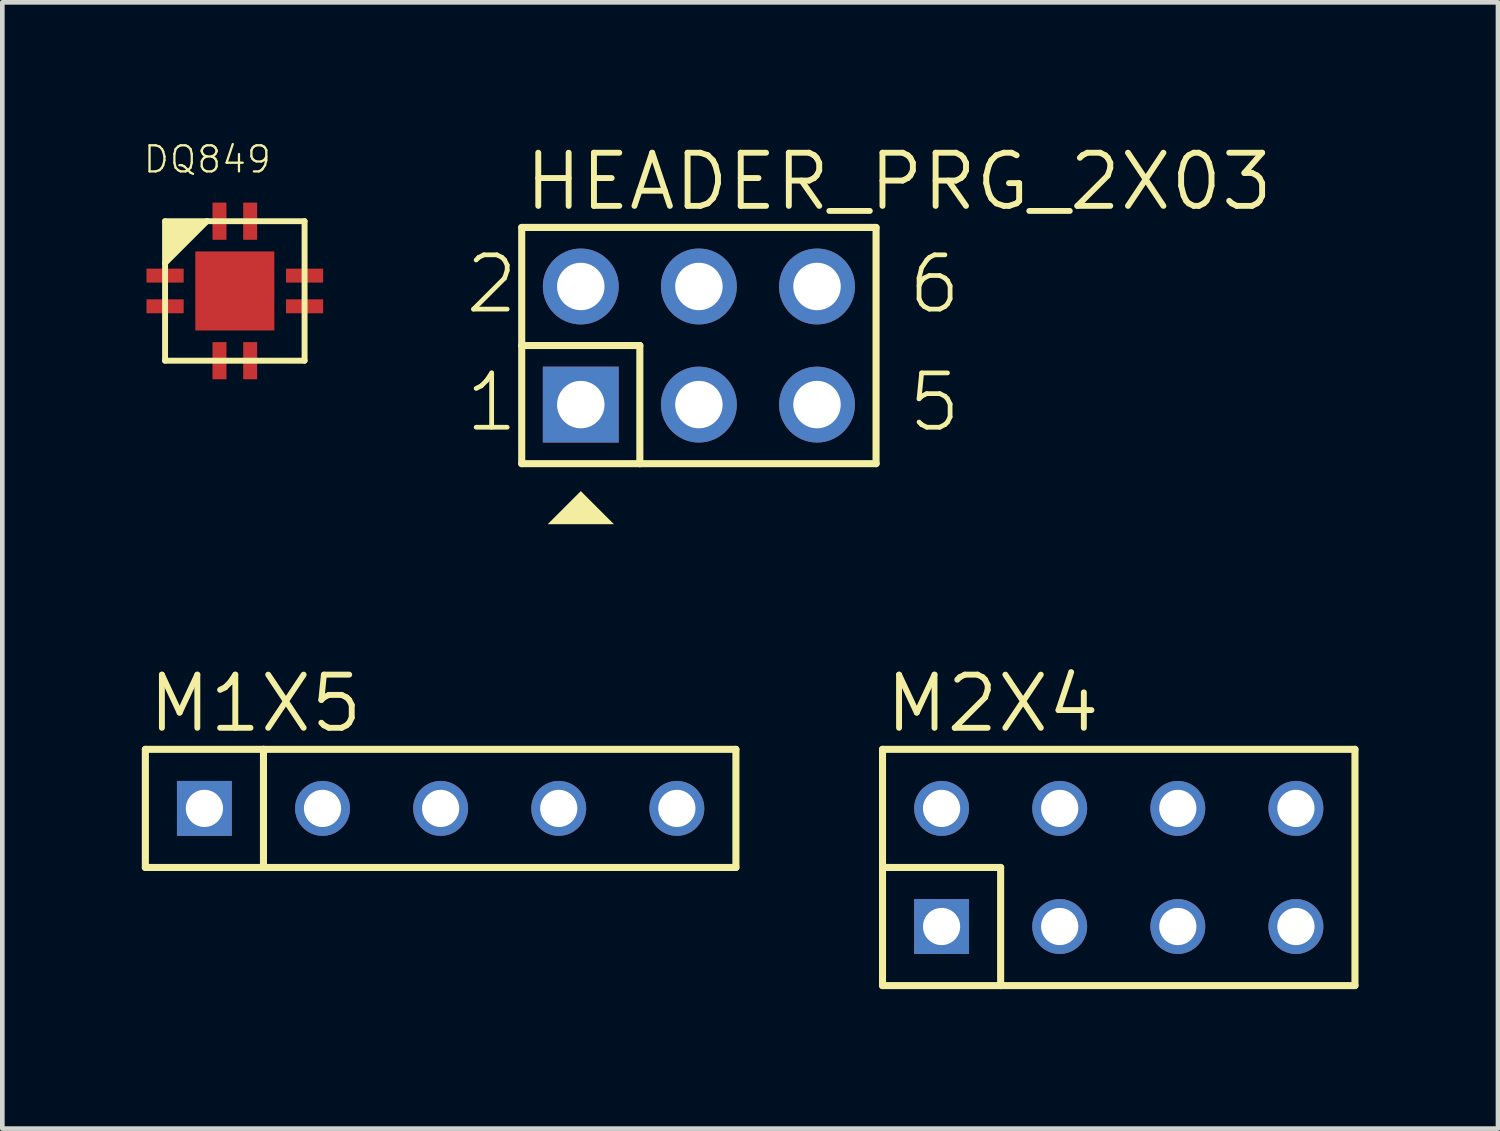
<source format=kicad_pcb>
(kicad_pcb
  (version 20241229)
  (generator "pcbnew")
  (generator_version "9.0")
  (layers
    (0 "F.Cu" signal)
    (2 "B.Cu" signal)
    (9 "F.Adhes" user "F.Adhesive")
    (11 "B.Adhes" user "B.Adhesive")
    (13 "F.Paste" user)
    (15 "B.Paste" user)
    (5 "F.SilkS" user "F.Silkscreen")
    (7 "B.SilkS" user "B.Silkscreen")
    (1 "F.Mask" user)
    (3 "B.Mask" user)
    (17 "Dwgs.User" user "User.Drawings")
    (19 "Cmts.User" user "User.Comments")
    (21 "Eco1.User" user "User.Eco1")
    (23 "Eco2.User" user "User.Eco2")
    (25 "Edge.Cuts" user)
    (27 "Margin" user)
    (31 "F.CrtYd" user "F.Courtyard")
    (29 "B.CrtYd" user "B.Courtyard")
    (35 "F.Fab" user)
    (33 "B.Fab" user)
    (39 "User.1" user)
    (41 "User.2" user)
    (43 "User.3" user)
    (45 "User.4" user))
  (footprint "M1X5"
    (layer "F.Cu")
    (at 6.426 14.335)
    (property "Reference" "M1X5" (at -6.35 -1.587 0) (layer "F.SilkS") (effects (font (size 1.143 1.143) (thickness 0.127)) (justify left bottom)))
    (fp_line (start -6.35 -1.27) (end -3.81 -1.27) (stroke (width 0.152) (type solid)) (layer "F.SilkS"))
    (fp_line (start -6.35 1.27) (end -6.35 -1.27) (stroke (width 0.152) (type solid)) (layer "F.SilkS"))
    (fp_line (start -3.81 -1.27) (end 6.35 -1.27) (stroke (width 0.152) (type solid)) (layer "F.SilkS"))
    (fp_line (start -3.81 1.27) (end -6.35 1.27) (stroke (width 0.152) (type solid)) (layer "F.SilkS"))
    (fp_line (start -3.81 1.27) (end -3.81 -1.27) (stroke (width 0.152) (type solid)) (layer "F.SilkS"))
    (fp_line (start 6.35 -1.27) (end 6.35 1.27) (stroke (width 0.152) (type solid)) (layer "F.SilkS"))
    (fp_line (start 6.35 1.27) (end -3.81 1.27) (stroke (width 0.152) (type solid)) (layer "F.SilkS"))
    (pad "1" thru_hole rect (at -5.08 0) (size 1.181 1.181) (drill 0.8) (layers "*.Cu" "*.Mask"))
    (pad "2" thru_hole circle (at -2.54 0) (size 1.181 1.181) (drill 0.8) (layers "*.Cu" "*.Mask"))
    (pad "3" thru_hole circle (at 0 0) (size 1.181 1.181) (drill 0.8) (layers "*.Cu" "*.Mask"))
    (pad "4" thru_hole circle (at 2.54 0) (size 1.181 1.181) (drill 0.8) (layers "*.Cu" "*.Mask"))
    (pad "5" thru_hole circle (at 5.08 0) (size 1.181 1.181) (drill 0.8) (layers "*.Cu" "*.Mask")))
  (footprint "HEADER_PRG_2X03"
    (layer "F.Cu")
    (at 11.98 4.381)
    (property "Reference" "HEADER_PRG_2X03" (at -3.81 -2.857 0) (layer "F.SilkS") (effects (font (size 1.143 1.143) (thickness 0.127)) (justify left bottom)))
    (fp_line (start -3.81 -2.54) (end 3.81 -2.54) (stroke (width 0.152) (type solid)) (layer "F.SilkS"))
    (fp_line (start -3.81 0) (end -3.81 -2.54) (stroke (width 0.152) (type solid)) (layer "F.SilkS"))
    (fp_line (start -3.81 0) (end -1.27 0) (stroke (width 0.152) (type solid)) (layer "F.SilkS"))
    (fp_line (start -3.81 2.54) (end -3.81 0) (stroke (width 0.152) (type solid)) (layer "F.SilkS"))
    (fp_line (start -1.27 2.54) (end -3.81 2.54) (stroke (width 0.152) (type solid)) (layer "F.SilkS"))
    (fp_line (start -1.27 2.54) (end -1.27 0) (stroke (width 0.152) (type solid)) (layer "F.SilkS"))
    (fp_line (start 3.81 -2.54) (end 3.81 2.54) (stroke (width 0.152) (type solid)) (layer "F.SilkS"))
    (fp_line (start 3.81 2.54) (end -1.27 2.54) (stroke (width 0.152) (type solid)) (layer "F.SilkS"))
    (fp_poly (pts (xy -1.828 3.842) (xy -3.252 3.842) (xy -2.54 3.13)) (stroke (width 0) (type default)) (fill yes) (layer "F.SilkS"))
    (fp_poly (pts (xy -2.794 -1.016) (xy -2.286 -1.016) (xy -2.286 -1.524) (xy -2.794 -1.524)) (stroke (width 0.1) (type default)) (fill no) (layer "Cmts.User"))
    (fp_poly (pts (xy -2.794 1.524) (xy -2.286 1.524) (xy -2.286 1.016) (xy -2.794 1.016)) (stroke (width 0.1) (type default)) (fill no) (layer "Cmts.User"))
    (fp_poly (pts (xy -0.254 -1.016) (xy 0.254 -1.016) (xy 0.254 -1.524) (xy -0.254 -1.524)) (stroke (width 0.1) (type default)) (fill no) (layer "Cmts.User"))
    (fp_poly (pts (xy -0.254 1.524) (xy 0.254 1.524) (xy 0.254 1.016) (xy -0.254 1.016)) (stroke (width 0.1) (type default)) (fill no) (layer "Cmts.User"))
    (fp_poly (pts (xy 2.286 -1.016) (xy 2.794 -1.016) (xy 2.794 -1.524) (xy 2.286 -1.524)) (stroke (width 0.1) (type default)) (fill no) (layer "Cmts.User"))
    (fp_poly (pts (xy 2.286 1.524) (xy 2.794 1.524) (xy 2.794 1.016) (xy 2.286 1.016)) (stroke (width 0.1) (type default)) (fill no) (layer "Cmts.User"))
    (fp_text user "2" (at -5.08 -0.635 0) (layer "F.SilkS") (effects (font (size 1.168 1.168) (thickness 0.102)) (justify left bottom)))
    (fp_text user "1" (at -5.08 1.905 0) (layer "F.SilkS") (effects (font (size 1.168 1.168) (thickness 0.102)) (justify left bottom)))
    (fp_text user "6" (at 4.445 -0.635 0) (layer "F.SilkS") (effects (font (size 1.168 1.168) (thickness 0.102)) (justify left bottom)))
    (fp_text user "5" (at 4.445 1.905 0) (layer "F.SilkS") (effects (font (size 1.168 1.168) (thickness 0.102)) (justify left bottom)))
    (pad "1" thru_hole rect (at -2.54 1.27) (size 1.632 1.632) (drill 1.02) (layers "*.Cu" "*.Mask"))
    (pad "2" thru_hole circle (at -2.54 -1.27) (size 1.632 1.632) (drill 1.02) (layers "*.Cu" "*.Mask"))
    (pad "3" thru_hole circle (at 0 1.27) (size 1.632 1.632) (drill 1.02) (layers "*.Cu" "*.Mask"))
    (pad "4" thru_hole circle (at 0 -1.27) (size 1.632 1.632) (drill 1.02) (layers "*.Cu" "*.Mask"))
    (pad "5" thru_hole circle (at 2.54 1.27) (size 1.632 1.632) (drill 1.02) (layers "*.Cu" "*.Mask"))
    (pad "6" thru_hole circle (at 2.54 -1.27) (size 1.632 1.632) (drill 1.02) (layers "*.Cu" "*.Mask")))
  (footprint "DQ849"
    (layer "F.Cu")
    (at 2 3.207)
    (property "Reference" "DQ849" (at -2 -2.5 0) (layer "F.SilkS") (effects (font (size 0.561 0.561) (thickness 0.049)) (justify left bottom)))
    (fp_line (start -1.5 -1.5) (end -0.6 -1.5) (stroke (width 0.127) (type solid)) (layer "F.SilkS"))
    (fp_line (start -1.5 -0.6) (end -1.5 -1.5) (stroke (width 0.127) (type solid)) (layer "F.SilkS"))
    (fp_line (start -1.5 -0.6) (end -0.6 -1.5) (stroke (width 0.127) (type solid)) (layer "F.SilkS"))
    (fp_line (start -1.5 1.5) (end -1.5 -0.6) (stroke (width 0.127) (type solid)) (layer "F.SilkS"))
    (fp_line (start -1.4 -1.3) (end -1.3 -1.4) (stroke (width 0.127) (type solid)) (layer "F.SilkS"))
    (fp_line (start -1.4 -1.2) (end -1.4 -1.3) (stroke (width 0.127) (type solid)) (layer "F.SilkS"))
    (fp_line (start -1.4 -1.1) (end -1.1 -1.4) (stroke (width 0.127) (type solid)) (layer "F.SilkS"))
    (fp_line (start -1.4 -1) (end -1.4 -1.1) (stroke (width 0.127) (type solid)) (layer "F.SilkS"))
    (fp_line (start -1.4 -0.9) (end -0.9 -1.4) (stroke (width 0.127) (type solid)) (layer "F.SilkS"))
    (fp_line (start -1.4 -0.8) (end -1.4 -0.9) (stroke (width 0.127) (type solid)) (layer "F.SilkS"))
    (fp_line (start -1.3 -1.4) (end -1.4 -1.4) (stroke (width 0.127) (type solid)) (layer "F.SilkS"))
    (fp_line (start -1.2 -1.4) (end -1.4 -1.2) (stroke (width 0.127) (type solid)) (layer "F.SilkS"))
    (fp_line (start -1.1 -1.4) (end -1.2 -1.4) (stroke (width 0.127) (type solid)) (layer "F.SilkS"))
    (fp_line (start -1 -1.4) (end -1.4 -1) (stroke (width 0.127) (type solid)) (layer "F.SilkS"))
    (fp_line (start -0.9 -1.4) (end -1 -1.4) (stroke (width 0.127) (type solid)) (layer "F.SilkS"))
    (fp_line (start -0.8 -1.4) (end -1.4 -0.8) (stroke (width 0.127) (type solid)) (layer "F.SilkS"))
    (fp_line (start -0.6 -1.5) (end -0.8 -1.4) (stroke (width 0.127) (type solid)) (layer "F.SilkS"))
    (fp_line (start -0.6 -1.5) (end 1.5 -1.5) (stroke (width 0.127) (type solid)) (layer "F.SilkS"))
    (fp_line (start 1.5 -1.5) (end 1.5 1.5) (stroke (width 0.127) (type solid)) (layer "F.SilkS"))
    (fp_line (start 1.5 1.5) (end -1.5 1.5) (stroke (width 0.127) (type solid)) (layer "F.SilkS"))
    (pad "1" smd rect (at -1.5 -0.33) (size 0.8 0.3) (layers "F.Cu" "F.Mask" "F.Paste"))
    (pad "2" smd rect (at -1.5 0.33) (size 0.8 0.3) (layers "F.Cu" "F.Mask" "F.Paste"))
    (pad "3" smd rect (at -0.33 1.5 90) (size 0.8 0.3) (layers "F.Cu" "F.Mask" "F.Paste"))
    (pad "4" smd rect (at 0.33 1.5 90) (size 0.8 0.3) (layers "F.Cu" "F.Mask" "F.Paste"))
    (pad "5" smd rect (at 1.5 0.33) (size 0.8 0.3) (layers "F.Cu" "F.Mask" "F.Paste"))
    (pad "6" smd rect (at 1.5 -0.33) (size 0.8 0.3) (layers "F.Cu" "F.Mask" "F.Paste"))
    (pad "7" smd rect (at 0.33 -1.5 90) (size 0.8 0.3) (layers "F.Cu" "F.Mask" "F.Paste"))
    (pad "8" smd rect (at -0.33 -1.5 90) (size 0.8 0.3) (layers "F.Cu" "F.Mask" "F.Paste"))
    (pad "PAD" smd rect (at 0 0) (size 1.7 1.7) (layers "F.Cu" "F.Mask" "F.Paste")))
  (footprint "M2X4"
    (layer "F.Cu")
    (at 21.009 15.605)
    (property "Reference" "M2X4" (at -5.08 -2.857 0) (layer "F.SilkS") (effects (font (size 1.143 1.143) (thickness 0.127)) (justify left bottom)))
    (fp_line (start -5.08 -2.54) (end 5.08 -2.54) (stroke (width 0.152) (type solid)) (layer "F.SilkS"))
    (fp_line (start -5.08 0) (end -5.08 -2.54) (stroke (width 0.152) (type solid)) (layer "F.SilkS"))
    (fp_line (start -5.08 0) (end -2.54 0) (stroke (width 0.152) (type solid)) (layer "F.SilkS"))
    (fp_line (start -5.08 2.54) (end -5.08 0) (stroke (width 0.152) (type solid)) (layer "F.SilkS"))
    (fp_line (start -5.08 2.54) (end -2.54 2.54) (stroke (width 0.152) (type solid)) (layer "F.SilkS"))
    (fp_line (start -2.54 0) (end -2.54 2.54) (stroke (width 0.152) (type solid)) (layer "F.SilkS"))
    (fp_line (start -2.54 2.54) (end 5.08 2.54) (stroke (width 0.152) (type solid)) (layer "F.SilkS"))
    (fp_line (start 5.08 -2.54) (end 5.08 2.54) (stroke (width 0.152) (type solid)) (layer "F.SilkS"))
    (pad "1" thru_hole rect (at -3.81 1.27) (size 1.181 1.181) (drill 0.8) (layers "*.Cu" "*.Mask"))
    (pad "2" thru_hole circle (at -3.81 -1.27) (size 1.181 1.181) (drill 0.8) (layers "*.Cu" "*.Mask"))
    (pad "3" thru_hole circle (at -1.27 1.27) (size 1.181 1.181) (drill 0.8) (layers "*.Cu" "*.Mask"))
    (pad "4" thru_hole circle (at -1.27 -1.27) (size 1.181 1.181) (drill 0.8) (layers "*.Cu" "*.Mask"))
    (pad "5" thru_hole circle (at 1.27 1.27) (size 1.181 1.181) (drill 0.8) (layers "*.Cu" "*.Mask"))
    (pad "6" thru_hole circle (at 1.27 -1.27) (size 1.181 1.181) (drill 0.8) (layers "*.Cu" "*.Mask"))
    (pad "7" thru_hole circle (at 3.81 1.27) (size 1.181 1.181) (drill 0.8) (layers "*.Cu" "*.Mask"))
    (pad "8" thru_hole circle (at 3.81 -1.27) (size 1.181 1.181) (drill 0.8) (layers "*.Cu" "*.Mask")))
  (gr_rect
    (start -3 -3)
    (end 29.165 21.221)
    (stroke (width 0.1) (type default))
    (fill no)
    (layer "Edge.Cuts")))
</source>
